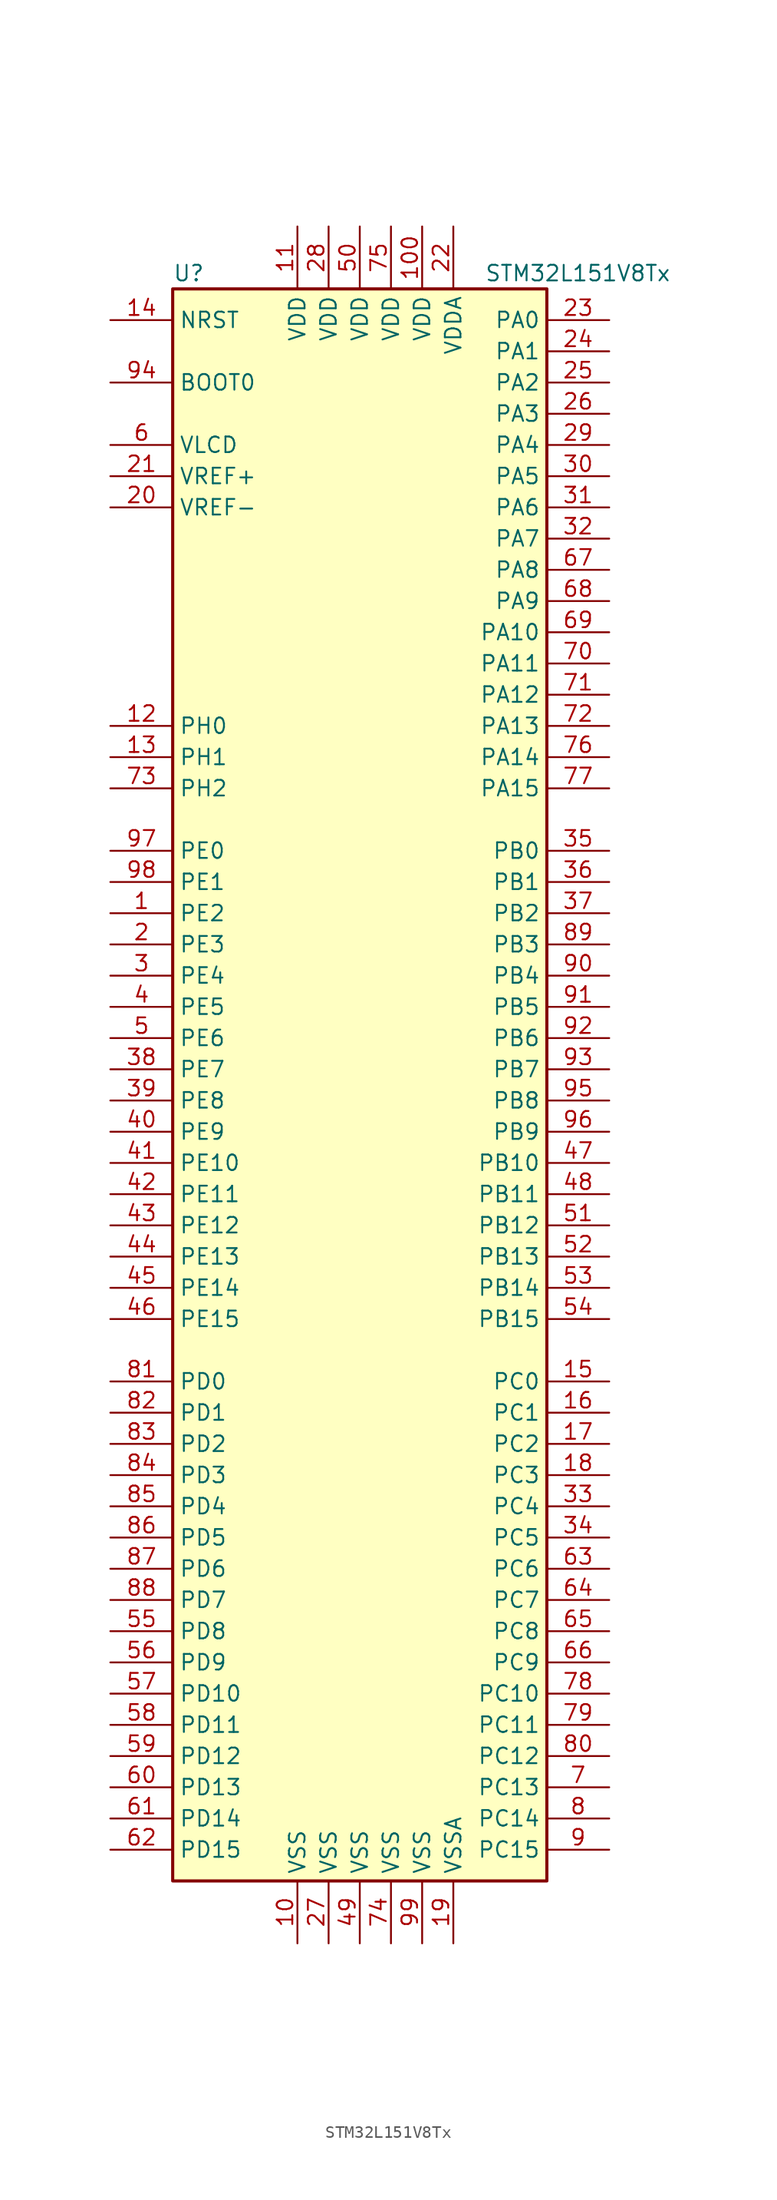
<source format=kicad_sym>
(kicad_symbol_lib
  (version 20201005)
  (generator kicad_symbol_editor)
  (symbol "MCU_ST_STM32L1:STM32L151V8Tx"
    (property "Reference" "U"
      (at -15.24 64.77 0)
      (effects (font (size 1.27 1.27)) (justify left)))
    (property "Value" "STM32L151V8Tx"
      (at 10.16 64.77 0)
      (effects (font (size 1.27 1.27)) (justify left)))
    (symbol "STM32L151V8Tx_0_1"
      (rectangle (start -15.24 -66.04) (end 15.24 63.5) (stroke (width 0.254)) (fill (type background))))
    (symbol "STM32L151V8Tx_1_1"
      (pin input line (at -20.32 55.88 0) (length 5.08) (name "BOOT0" (effects (font (size 1.27 1.27)))) (number "94" (effects (font (size 1.27 1.27)))))
      (pin input line (at -20.32 60.96 0) (length 5.08) (name "NRST" (effects (font (size 1.27 1.27)))) (number "14" (effects (font (size 1.27 1.27)))))
      (pin bidirectional line (at 20.32 60.96 180) (length 5.08) (name "PA0" (effects (font (size 1.27 1.27)))) (number "23" (effects (font (size 1.27 1.27)))))
      (pin bidirectional line (at 20.32 58.42 180) (length 5.08) (name "PA1" (effects (font (size 1.27 1.27)))) (number "24" (effects (font (size 1.27 1.27)))))
      (pin bidirectional line (at 20.32 35.56 180) (length 5.08) (name "PA10" (effects (font (size 1.27 1.27)))) (number "69" (effects (font (size 1.27 1.27)))))
      (pin bidirectional line (at 20.32 33.02 180) (length 5.08) (name "PA11" (effects (font (size 1.27 1.27)))) (number "70" (effects (font (size 1.27 1.27)))))
      (pin bidirectional line (at 20.32 30.48 180) (length 5.08) (name "PA12" (effects (font (size 1.27 1.27)))) (number "71" (effects (font (size 1.27 1.27)))))
      (pin bidirectional line (at 20.32 27.94 180) (length 5.08) (name "PA13" (effects (font (size 1.27 1.27)))) (number "72" (effects (font (size 1.27 1.27)))))
      (pin bidirectional line (at 20.32 25.4 180) (length 5.08) (name "PA14" (effects (font (size 1.27 1.27)))) (number "76" (effects (font (size 1.27 1.27)))))
      (pin bidirectional line (at 20.32 22.86 180) (length 5.08) (name "PA15" (effects (font (size 1.27 1.27)))) (number "77" (effects (font (size 1.27 1.27)))))
      (pin bidirectional line (at 20.32 55.88 180) (length 5.08) (name "PA2" (effects (font (size 1.27 1.27)))) (number "25" (effects (font (size 1.27 1.27)))))
      (pin bidirectional line (at 20.32 53.34 180) (length 5.08) (name "PA3" (effects (font (size 1.27 1.27)))) (number "26" (effects (font (size 1.27 1.27)))))
      (pin bidirectional line (at 20.32 50.8 180) (length 5.08) (name "PA4" (effects (font (size 1.27 1.27)))) (number "29" (effects (font (size 1.27 1.27)))))
      (pin bidirectional line (at 20.32 48.26 180) (length 5.08) (name "PA5" (effects (font (size 1.27 1.27)))) (number "30" (effects (font (size 1.27 1.27)))))
      (pin bidirectional line (at 20.32 45.72 180) (length 5.08) (name "PA6" (effects (font (size 1.27 1.27)))) (number "31" (effects (font (size 1.27 1.27)))))
      (pin bidirectional line (at 20.32 43.18 180) (length 5.08) (name "PA7" (effects (font (size 1.27 1.27)))) (number "32" (effects (font (size 1.27 1.27)))))
      (pin bidirectional line (at 20.32 40.64 180) (length 5.08) (name "PA8" (effects (font (size 1.27 1.27)))) (number "67" (effects (font (size 1.27 1.27)))))
      (pin bidirectional line (at 20.32 38.1 180) (length 5.08) (name "PA9" (effects (font (size 1.27 1.27)))) (number "68" (effects (font (size 1.27 1.27)))))
      (pin bidirectional line (at 20.32 17.78 180) (length 5.08) (name "PB0" (effects (font (size 1.27 1.27)))) (number "35" (effects (font (size 1.27 1.27)))))
      (pin bidirectional line (at 20.32 15.24 180) (length 5.08) (name "PB1" (effects (font (size 1.27 1.27)))) (number "36" (effects (font (size 1.27 1.27)))))
      (pin bidirectional line (at 20.32 -7.62 180) (length 5.08) (name "PB10" (effects (font (size 1.27 1.27)))) (number "47" (effects (font (size 1.27 1.27)))))
      (pin bidirectional line (at 20.32 -10.16 180) (length 5.08) (name "PB11" (effects (font (size 1.27 1.27)))) (number "48" (effects (font (size 1.27 1.27)))))
      (pin bidirectional line (at 20.32 -12.7 180) (length 5.08) (name "PB12" (effects (font (size 1.27 1.27)))) (number "51" (effects (font (size 1.27 1.27)))))
      (pin bidirectional line (at 20.32 -15.24 180) (length 5.08) (name "PB13" (effects (font (size 1.27 1.27)))) (number "52" (effects (font (size 1.27 1.27)))))
      (pin bidirectional line (at 20.32 -17.78 180) (length 5.08) (name "PB14" (effects (font (size 1.27 1.27)))) (number "53" (effects (font (size 1.27 1.27)))))
      (pin bidirectional line (at 20.32 -20.32 180) (length 5.08) (name "PB15" (effects (font (size 1.27 1.27)))) (number "54" (effects (font (size 1.27 1.27)))))
      (pin bidirectional line (at 20.32 12.7 180) (length 5.08) (name "PB2" (effects (font (size 1.27 1.27)))) (number "37" (effects (font (size 1.27 1.27)))))
      (pin bidirectional line (at 20.32 10.16 180) (length 5.08) (name "PB3" (effects (font (size 1.27 1.27)))) (number "89" (effects (font (size 1.27 1.27)))))
      (pin bidirectional line (at 20.32 7.62 180) (length 5.08) (name "PB4" (effects (font (size 1.27 1.27)))) (number "90" (effects (font (size 1.27 1.27)))))
      (pin bidirectional line (at 20.32 5.08 180) (length 5.08) (name "PB5" (effects (font (size 1.27 1.27)))) (number "91" (effects (font (size 1.27 1.27)))))
      (pin bidirectional line (at 20.32 2.54 180) (length 5.08) (name "PB6" (effects (font (size 1.27 1.27)))) (number "92" (effects (font (size 1.27 1.27)))))
      (pin bidirectional line (at 20.32 0 180) (length 5.08) (name "PB7" (effects (font (size 1.27 1.27)))) (number "93" (effects (font (size 1.27 1.27)))))
      (pin bidirectional line (at 20.32 -2.54 180) (length 5.08) (name "PB8" (effects (font (size 1.27 1.27)))) (number "95" (effects (font (size 1.27 1.27)))))
      (pin bidirectional line (at 20.32 -5.08 180) (length 5.08) (name "PB9" (effects (font (size 1.27 1.27)))) (number "96" (effects (font (size 1.27 1.27)))))
      (pin bidirectional line (at 20.32 -25.4 180) (length 5.08) (name "PC0" (effects (font (size 1.27 1.27)))) (number "15" (effects (font (size 1.27 1.27)))))
      (pin bidirectional line (at 20.32 -27.94 180) (length 5.08) (name "PC1" (effects (font (size 1.27 1.27)))) (number "16" (effects (font (size 1.27 1.27)))))
      (pin bidirectional line (at 20.32 -50.8 180) (length 5.08) (name "PC10" (effects (font (size 1.27 1.27)))) (number "78" (effects (font (size 1.27 1.27)))))
      (pin bidirectional line (at 20.32 -53.34 180) (length 5.08) (name "PC11" (effects (font (size 1.27 1.27)))) (number "79" (effects (font (size 1.27 1.27)))))
      (pin bidirectional line (at 20.32 -55.88 180) (length 5.08) (name "PC12" (effects (font (size 1.27 1.27)))) (number "80" (effects (font (size 1.27 1.27)))))
      (pin bidirectional line (at 20.32 -58.42 180) (length 5.08) (name "PC13" (effects (font (size 1.27 1.27)))) (number "7" (effects (font (size 1.27 1.27)))))
      (pin bidirectional line (at 20.32 -60.96 180) (length 5.08) (name "PC14" (effects (font (size 1.27 1.27)))) (number "8" (effects (font (size 1.27 1.27)))))
      (pin bidirectional line (at 20.32 -63.5 180) (length 5.08) (name "PC15" (effects (font (size 1.27 1.27)))) (number "9" (effects (font (size 1.27 1.27)))))
      (pin bidirectional line (at 20.32 -30.48 180) (length 5.08) (name "PC2" (effects (font (size 1.27 1.27)))) (number "17" (effects (font (size 1.27 1.27)))))
      (pin bidirectional line (at 20.32 -33.02 180) (length 5.08) (name "PC3" (effects (font (size 1.27 1.27)))) (number "18" (effects (font (size 1.27 1.27)))))
      (pin bidirectional line (at 20.32 -35.56 180) (length 5.08) (name "PC4" (effects (font (size 1.27 1.27)))) (number "33" (effects (font (size 1.27 1.27)))))
      (pin bidirectional line (at 20.32 -38.1 180) (length 5.08) (name "PC5" (effects (font (size 1.27 1.27)))) (number "34" (effects (font (size 1.27 1.27)))))
      (pin bidirectional line (at 20.32 -40.64 180) (length 5.08) (name "PC6" (effects (font (size 1.27 1.27)))) (number "63" (effects (font (size 1.27 1.27)))))
      (pin bidirectional line (at 20.32 -43.18 180) (length 5.08) (name "PC7" (effects (font (size 1.27 1.27)))) (number "64" (effects (font (size 1.27 1.27)))))
      (pin bidirectional line (at 20.32 -45.72 180) (length 5.08) (name "PC8" (effects (font (size 1.27 1.27)))) (number "65" (effects (font (size 1.27 1.27)))))
      (pin bidirectional line (at 20.32 -48.26 180) (length 5.08) (name "PC9" (effects (font (size 1.27 1.27)))) (number "66" (effects (font (size 1.27 1.27)))))
      (pin bidirectional line (at -20.32 -25.4 0) (length 5.08) (name "PD0" (effects (font (size 1.27 1.27)))) (number "81" (effects (font (size 1.27 1.27)))))
      (pin bidirectional line (at -20.32 -27.94 0) (length 5.08) (name "PD1" (effects (font (size 1.27 1.27)))) (number "82" (effects (font (size 1.27 1.27)))))
      (pin bidirectional line (at -20.32 -50.8 0) (length 5.08) (name "PD10" (effects (font (size 1.27 1.27)))) (number "57" (effects (font (size 1.27 1.27)))))
      (pin bidirectional line (at -20.32 -53.34 0) (length 5.08) (name "PD11" (effects (font (size 1.27 1.27)))) (number "58" (effects (font (size 1.27 1.27)))))
      (pin bidirectional line (at -20.32 -55.88 0) (length 5.08) (name "PD12" (effects (font (size 1.27 1.27)))) (number "59" (effects (font (size 1.27 1.27)))))
      (pin bidirectional line (at -20.32 -58.42 0) (length 5.08) (name "PD13" (effects (font (size 1.27 1.27)))) (number "60" (effects (font (size 1.27 1.27)))))
      (pin bidirectional line (at -20.32 -60.96 0) (length 5.08) (name "PD14" (effects (font (size 1.27 1.27)))) (number "61" (effects (font (size 1.27 1.27)))))
      (pin bidirectional line (at -20.32 -63.5 0) (length 5.08) (name "PD15" (effects (font (size 1.27 1.27)))) (number "62" (effects (font (size 1.27 1.27)))))
      (pin bidirectional line (at -20.32 -30.48 0) (length 5.08) (name "PD2" (effects (font (size 1.27 1.27)))) (number "83" (effects (font (size 1.27 1.27)))))
      (pin bidirectional line (at -20.32 -33.02 0) (length 5.08) (name "PD3" (effects (font (size 1.27 1.27)))) (number "84" (effects (font (size 1.27 1.27)))))
      (pin bidirectional line (at -20.32 -35.56 0) (length 5.08) (name "PD4" (effects (font (size 1.27 1.27)))) (number "85" (effects (font (size 1.27 1.27)))))
      (pin bidirectional line (at -20.32 -38.1 0) (length 5.08) (name "PD5" (effects (font (size 1.27 1.27)))) (number "86" (effects (font (size 1.27 1.27)))))
      (pin bidirectional line (at -20.32 -40.64 0) (length 5.08) (name "PD6" (effects (font (size 1.27 1.27)))) (number "87" (effects (font (size 1.27 1.27)))))
      (pin bidirectional line (at -20.32 -43.18 0) (length 5.08) (name "PD7" (effects (font (size 1.27 1.27)))) (number "88" (effects (font (size 1.27 1.27)))))
      (pin bidirectional line (at -20.32 -45.72 0) (length 5.08) (name "PD8" (effects (font (size 1.27 1.27)))) (number "55" (effects (font (size 1.27 1.27)))))
      (pin bidirectional line (at -20.32 -48.26 0) (length 5.08) (name "PD9" (effects (font (size 1.27 1.27)))) (number "56" (effects (font (size 1.27 1.27)))))
      (pin bidirectional line (at -20.32 17.78 0) (length 5.08) (name "PE0" (effects (font (size 1.27 1.27)))) (number "97" (effects (font (size 1.27 1.27)))))
      (pin bidirectional line (at -20.32 15.24 0) (length 5.08) (name "PE1" (effects (font (size 1.27 1.27)))) (number "98" (effects (font (size 1.27 1.27)))))
      (pin bidirectional line (at -20.32 -7.62 0) (length 5.08) (name "PE10" (effects (font (size 1.27 1.27)))) (number "41" (effects (font (size 1.27 1.27)))))
      (pin bidirectional line (at -20.32 -10.16 0) (length 5.08) (name "PE11" (effects (font (size 1.27 1.27)))) (number "42" (effects (font (size 1.27 1.27)))))
      (pin bidirectional line (at -20.32 -12.7 0) (length 5.08) (name "PE12" (effects (font (size 1.27 1.27)))) (number "43" (effects (font (size 1.27 1.27)))))
      (pin bidirectional line (at -20.32 -15.24 0) (length 5.08) (name "PE13" (effects (font (size 1.27 1.27)))) (number "44" (effects (font (size 1.27 1.27)))))
      (pin bidirectional line (at -20.32 -17.78 0) (length 5.08) (name "PE14" (effects (font (size 1.27 1.27)))) (number "45" (effects (font (size 1.27 1.27)))))
      (pin bidirectional line (at -20.32 -20.32 0) (length 5.08) (name "PE15" (effects (font (size 1.27 1.27)))) (number "46" (effects (font (size 1.27 1.27)))))
      (pin bidirectional line (at -20.32 12.7 0) (length 5.08) (name "PE2" (effects (font (size 1.27 1.27)))) (number "1" (effects (font (size 1.27 1.27)))))
      (pin bidirectional line (at -20.32 10.16 0) (length 5.08) (name "PE3" (effects (font (size 1.27 1.27)))) (number "2" (effects (font (size 1.27 1.27)))))
      (pin bidirectional line (at -20.32 7.62 0) (length 5.08) (name "PE4" (effects (font (size 1.27 1.27)))) (number "3" (effects (font (size 1.27 1.27)))))
      (pin bidirectional line (at -20.32 5.08 0) (length 5.08) (name "PE5" (effects (font (size 1.27 1.27)))) (number "4" (effects (font (size 1.27 1.27)))))
      (pin bidirectional line (at -20.32 2.54 0) (length 5.08) (name "PE6" (effects (font (size 1.27 1.27)))) (number "5" (effects (font (size 1.27 1.27)))))
      (pin bidirectional line (at -20.32 0 0) (length 5.08) (name "PE7" (effects (font (size 1.27 1.27)))) (number "38" (effects (font (size 1.27 1.27)))))
      (pin bidirectional line (at -20.32 -2.54 0) (length 5.08) (name "PE8" (effects (font (size 1.27 1.27)))) (number "39" (effects (font (size 1.27 1.27)))))
      (pin bidirectional line (at -20.32 -5.08 0) (length 5.08) (name "PE9" (effects (font (size 1.27 1.27)))) (number "40" (effects (font (size 1.27 1.27)))))
      (pin input line (at -20.32 27.94 0) (length 5.08) (name "PH0" (effects (font (size 1.27 1.27)))) (number "12" (effects (font (size 1.27 1.27)))))
      (pin input line (at -20.32 25.4 0) (length 5.08) (name "PH1" (effects (font (size 1.27 1.27)))) (number "13" (effects (font (size 1.27 1.27)))))
      (pin bidirectional line (at -20.32 22.86 0) (length 5.08) (name "PH2" (effects (font (size 1.27 1.27)))) (number "73" (effects (font (size 1.27 1.27)))))
      (pin power_in line (at 5.08 68.58 270) (length 5.08) (name "VDD" (effects (font (size 1.27 1.27)))) (number "100" (effects (font (size 1.27 1.27)))))
      (pin power_in line (at -5.08 68.58 270) (length 5.08) (name "VDD" (effects (font (size 1.27 1.27)))) (number "11" (effects (font (size 1.27 1.27)))))
      (pin power_in line (at -2.54 68.58 270) (length 5.08) (name "VDD" (effects (font (size 1.27 1.27)))) (number "28" (effects (font (size 1.27 1.27)))))
      (pin power_in line (at 0 68.58 270) (length 5.08) (name "VDD" (effects (font (size 1.27 1.27)))) (number "50" (effects (font (size 1.27 1.27)))))
      (pin power_in line (at 2.54 68.58 270) (length 5.08) (name "VDD" (effects (font (size 1.27 1.27)))) (number "75" (effects (font (size 1.27 1.27)))))
      (pin power_in line (at 7.62 68.58 270) (length 5.08) (name "VDDA" (effects (font (size 1.27 1.27)))) (number "22" (effects (font (size 1.27 1.27)))))
      (pin power_in line (at -20.32 50.8 0) (length 5.08) (name "VLCD" (effects (font (size 1.27 1.27)))) (number "6" (effects (font (size 1.27 1.27)))))
      (pin power_in line (at -20.32 48.26 0) (length 5.08) (name "VREF+" (effects (font (size 1.27 1.27)))) (number "21" (effects (font (size 1.27 1.27)))))
      (pin power_in line (at -20.32 45.72 0) (length 5.08) (name "VREF-" (effects (font (size 1.27 1.27)))) (number "20" (effects (font (size 1.27 1.27)))))
      (pin power_in line (at -5.08 -71.12 90) (length 5.08) (name "VSS" (effects (font (size 1.27 1.27)))) (number "10" (effects (font (size 1.27 1.27)))))
      (pin power_in line (at -2.54 -71.12 90) (length 5.08) (name "VSS" (effects (font (size 1.27 1.27)))) (number "27" (effects (font (size 1.27 1.27)))))
      (pin power_in line (at 0 -71.12 90) (length 5.08) (name "VSS" (effects (font (size 1.27 1.27)))) (number "49" (effects (font (size 1.27 1.27)))))
      (pin power_in line (at 2.54 -71.12 90) (length 5.08) (name "VSS" (effects (font (size 1.27 1.27)))) (number "74" (effects (font (size 1.27 1.27)))))
      (pin power_in line (at 5.08 -71.12 90) (length 5.08) (name "VSS" (effects (font (size 1.27 1.27)))) (number "99" (effects (font (size 1.27 1.27)))))
      (pin power_in line (at 7.62 -71.12 90) (length 5.08) (name "VSSA" (effects (font (size 1.27 1.27)))) (number "19" (effects (font (size 1.27 1.27))))))))
</source>
